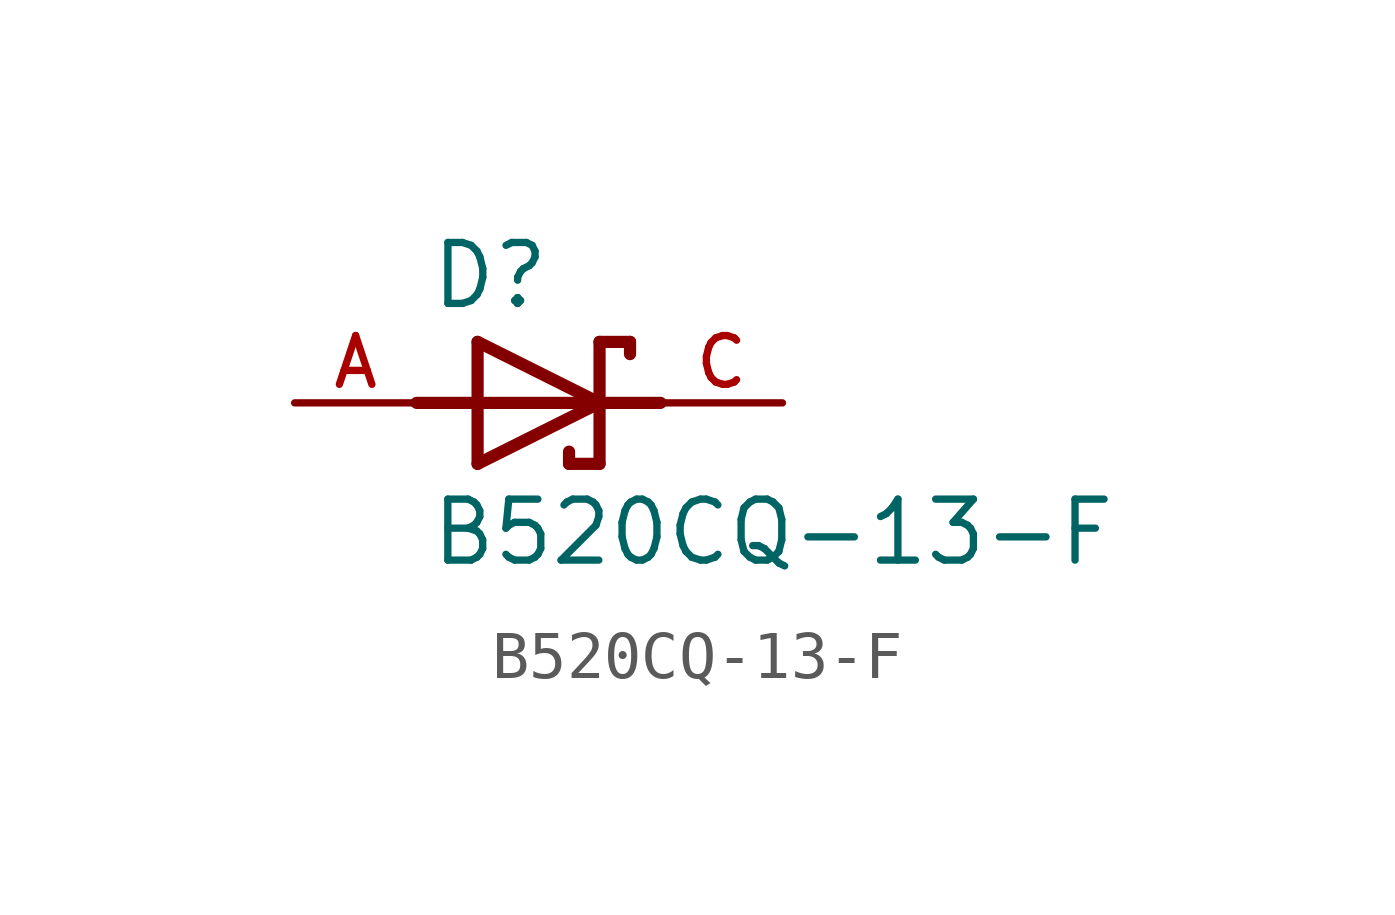
<source format=kicad_sym>
(kicad_symbol_lib
  (version 20211014)
  (generator kicad_symbol_editor)
  (symbol "B520CQ-13-F"
    (pin_names
      (offset 1.016))
    (property "Reference" "D"
      (at -2.29 1.908 0)
      (effects (font (size 1.27 1.27)) (justify bottom left)))
    (property "Value" "B520CQ-13-F"
      (at -2.292 -3.438 0)
      (effects (font (size 1.27 1.27)) (justify bottom left)))
    (symbol "B520CQ-13-F_0_0"
      (polyline (pts (xy -1.27 -1.27) (xy 1.27 0.0)) (stroke (width 0.254)))
      (polyline (pts (xy 1.27 0.0) (xy -1.27 1.27)) (stroke (width 0.254)))
      (polyline (pts (xy 1.905 1.27) (xy 1.27 1.27)) (stroke (width 0.254)))
      (polyline (pts (xy -1.27 1.27) (xy -1.27 -1.27)) (stroke (width 0.254)))
      (polyline (pts (xy 1.27 1.27) (xy 1.27 -1.27)) (stroke (width 0.254)))
      (polyline (pts (xy 1.905 1.27) (xy 1.905 1.016)) (stroke (width 0.254)))
      (polyline (pts (xy 1.27 -1.27) (xy 0.635 -1.27)) (stroke (width 0.254)))
      (polyline (pts (xy 0.635 -1.016) (xy 0.635 -1.27)) (stroke (width 0.254)))
      (polyline (pts (xy -2.54 0.0) (xy 2.54 0.0)) (stroke (width 0.254)))
      (pin passive line (at -5.08 0.0 0) (length 2.54) (name "~" (effects (font (size 1.016 1.016)))) (number "A" (effects (font (size 1.016 1.016)))))
      (pin passive line (at 5.08 0.0 180.0) (length 2.54) (name "~" (effects (font (size 1.016 1.016)))) (number "C" (effects (font (size 1.016 1.016))))))))
</source>
